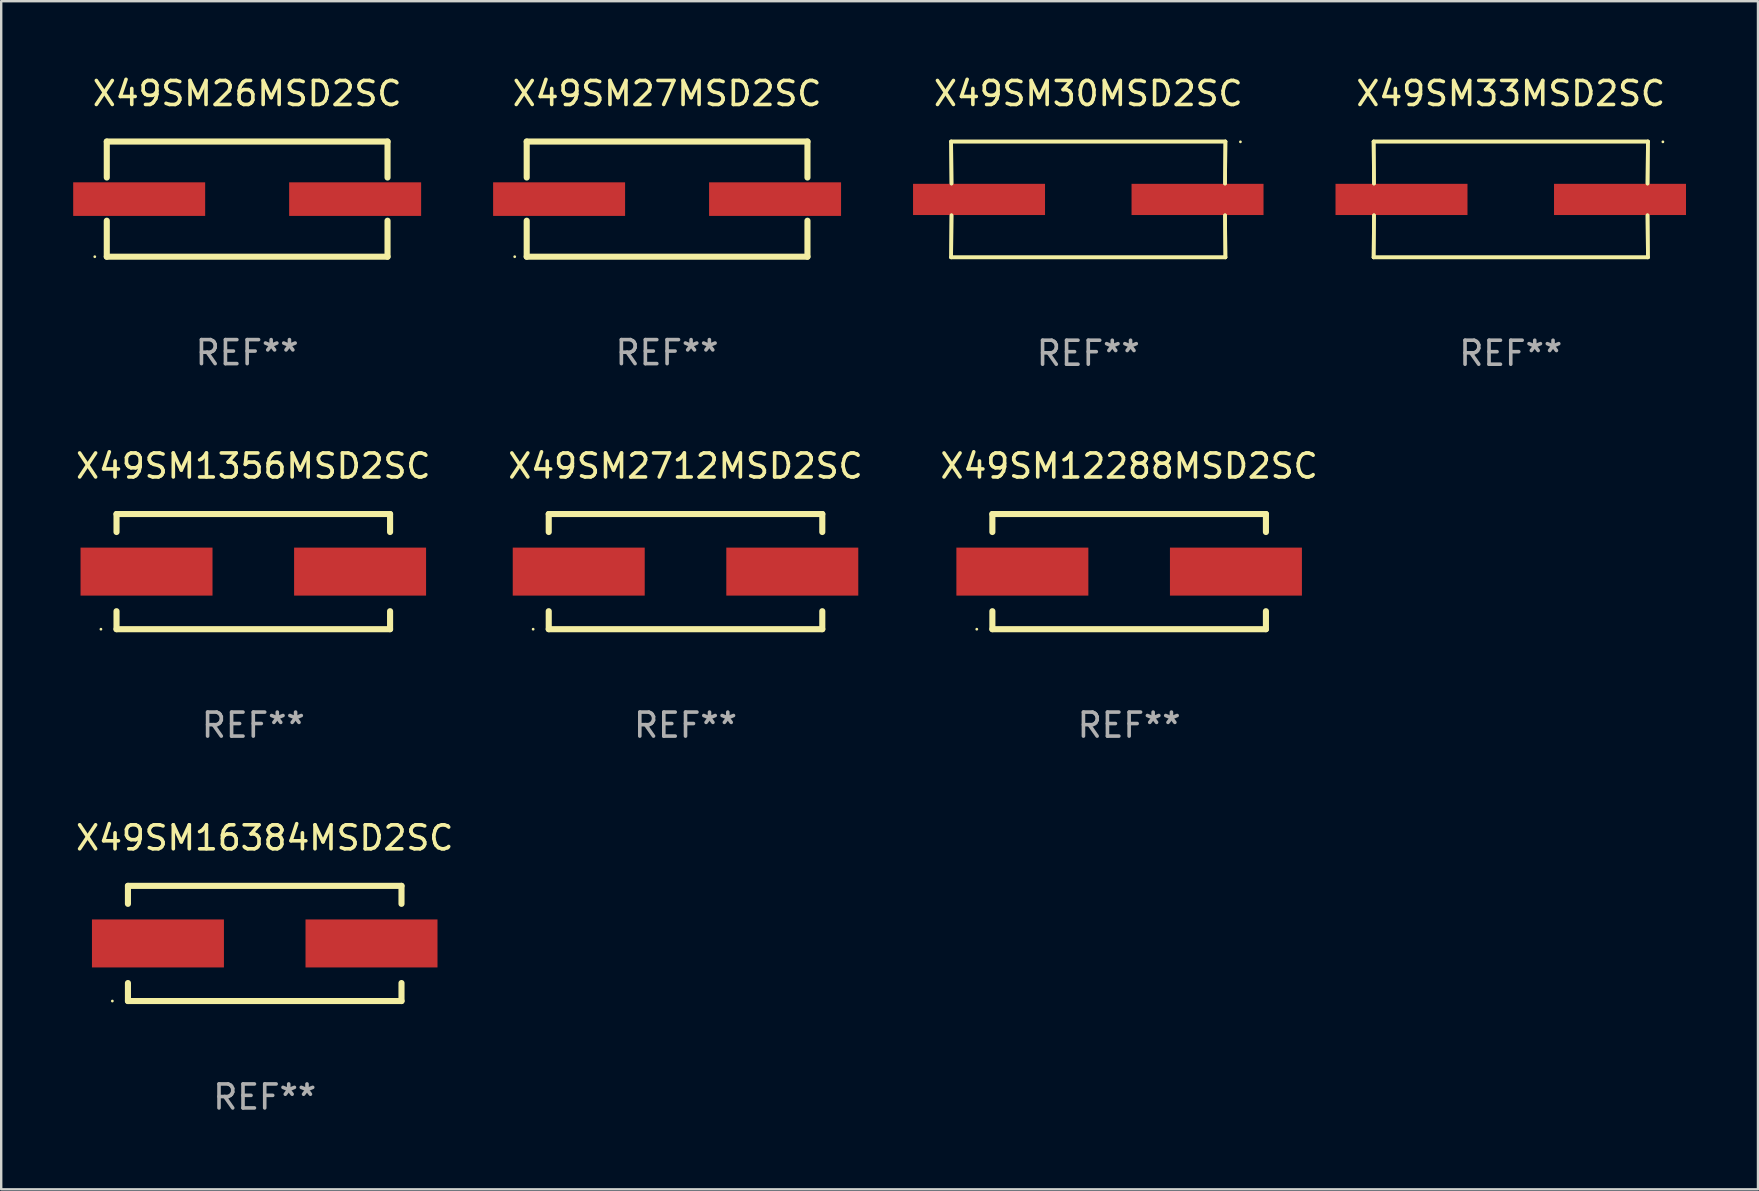
<source format=kicad_pcb>
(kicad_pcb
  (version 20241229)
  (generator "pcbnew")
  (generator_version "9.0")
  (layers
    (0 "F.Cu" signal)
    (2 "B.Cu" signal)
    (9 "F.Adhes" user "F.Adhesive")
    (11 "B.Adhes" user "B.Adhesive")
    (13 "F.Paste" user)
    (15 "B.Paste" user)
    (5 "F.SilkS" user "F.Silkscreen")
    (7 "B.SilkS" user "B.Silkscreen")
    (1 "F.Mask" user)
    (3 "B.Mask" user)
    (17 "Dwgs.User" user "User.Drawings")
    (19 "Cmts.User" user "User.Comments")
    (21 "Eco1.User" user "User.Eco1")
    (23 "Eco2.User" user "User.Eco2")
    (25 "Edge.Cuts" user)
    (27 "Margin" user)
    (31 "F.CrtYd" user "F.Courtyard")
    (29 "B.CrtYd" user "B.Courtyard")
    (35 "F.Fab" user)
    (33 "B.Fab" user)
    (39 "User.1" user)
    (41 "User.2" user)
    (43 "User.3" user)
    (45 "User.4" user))
  (footprint "X49SM1356MSD2SC"
    (layer "F.Cu")
    (at 7.506 20.771)
    (property "Reference" "X49SM1356MSD2SC" (at 0 -4.4 0) (layer "F.SilkS") (effects (font (size 1 1) (thickness 0.15))))
    (attr through_hole)
    (fp_line (start -5.7 -2.4) (end -5.7 -1.65) (stroke (width 0.254) (type solid)) (layer "F.SilkS"))
    (fp_line (start -5.7 2.4) (end -5.7 1.65) (stroke (width 0.254) (type solid)) (layer "F.SilkS"))
    (fp_line (start 5.7 -2.4) (end -5.7 -2.4) (stroke (width 0.254) (type solid)) (layer "F.SilkS"))
    (fp_line (start 5.7 -1.65) (end 5.7 -2.4) (stroke (width 0.254) (type solid)) (layer "F.SilkS"))
    (fp_line (start 5.7 1.65) (end 5.7 2.4) (stroke (width 0.254) (type solid)) (layer "F.SilkS"))
    (fp_line (start 5.7 2.4) (end -5.7 2.4) (stroke (width 0.254) (type solid)) (layer "F.SilkS"))
    (fp_circle (center -6.35 2.4) (end -6.32 2.4) (stroke (width 0.06) (type solid)) (fill no) (layer "F.SilkS"))
    (fp_text user "REF**" (at 0 6.4 0) (layer "F.Fab") (effects (font (size 1 1) (thickness 0.15))))
    (pad "1" smd rect (at -4.45 0.000064) (size 5.5 2) (layers "F.Cu" "F.Mask" "F.Paste"))
    (pad "2" smd rect (at 4.45 0.000064) (size 5.5 2) (layers "F.Cu" "F.Mask" "F.Paste")))
  (footprint "X49SM33MSD2SC"
    (layer "F.Cu")
    (at 59.909 5.261)
    (property "Reference" "X49SM33MSD2SC" (at 0 -4.413 0) (layer "F.SilkS") (effects (font (size 1 1) (thickness 0.15))))
    (attr through_hole)
    (fp_line (start -5.715 -2.413) (end -5.7 -0.662) (stroke (width 0.152) (type solid)) (layer "F.SilkS"))
    (fp_line (start -5.715 -2.413) (end -5.7 -0.662) (stroke (width 0.152) (type solid)) (layer "F.SilkS"))
    (fp_line (start -5.715 2.413) (end 5.715 2.413) (stroke (width 0.152) (type solid)) (layer "F.SilkS"))
    (fp_line (start -5.715 2.413) (end 5.715 2.413) (stroke (width 0.152) (type solid)) (layer "F.SilkS"))
    (fp_line (start -5.7 0.662) (end -5.715 2.413) (stroke (width 0.152) (type solid)) (layer "F.SilkS"))
    (fp_line (start -5.7 0.662) (end -5.715 2.413) (stroke (width 0.152) (type solid)) (layer "F.SilkS"))
    (fp_line (start 5.7 -0.662) (end 5.715 -2.413) (stroke (width 0.152) (type solid)) (layer "F.SilkS"))
    (fp_line (start 5.7 -0.662) (end 5.715 -2.413) (stroke (width 0.152) (type solid)) (layer "F.SilkS"))
    (fp_line (start 5.715 -2.413) (end -5.715 -2.413) (stroke (width 0.152) (type solid)) (layer "F.SilkS"))
    (fp_line (start 5.715 -2.413) (end -5.715 -2.413) (stroke (width 0.152) (type solid)) (layer "F.SilkS"))
    (fp_line (start 5.715 2.413) (end 5.7 0.662) (stroke (width 0.152) (type solid)) (layer "F.SilkS"))
    (fp_line (start 5.715 2.413) (end 5.7 0.662) (stroke (width 0.152) (type solid)) (layer "F.SilkS"))
    (fp_circle (center 6.34 -2.4) (end 6.37 -2.4) (stroke (width 0.06) (type solid)) (fill no) (layer "F.SilkS"))
    (fp_text user "REF**" (at 0 6.413 0) (layer "F.Fab") (effects (font (size 1 1) (thickness 0.15))))
    (pad "1" smd rect (at 4.553 0) (size 5.5 1.3) (layers "F.Cu" "F.Mask" "F.Paste"))
    (pad "2" smd rect (at -4.553 0) (size 5.5 1.3) (layers "F.Cu" "F.Mask" "F.Paste")))
  (footprint "X49SM26MSD2SC"
    (layer "F.Cu")
    (at 7.25 5.248)
    (property "Reference" "X49SM26MSD2SC" (at 0 -4.4 0) (layer "F.SilkS") (effects (font (size 1 1) (thickness 0.15))))
    (attr through_hole)
    (fp_line (start -5.85 -2.4) (end 5.85 -2.4) (stroke (width 0.254) (type solid)) (layer "F.SilkS"))
    (fp_line (start -5.85 -2.4) (end -5.85 -0.9) (stroke (width 0.254) (type solid)) (layer "F.SilkS"))
    (fp_line (start -5.85 2.4) (end 5.85 2.4) (stroke (width 0.254) (type solid)) (layer "F.SilkS"))
    (fp_line (start -5.85 0.9) (end -5.85 2.4) (stroke (width 0.254) (type solid)) (layer "F.SilkS"))
    (fp_line (start 5.85 -2.4) (end 5.85 -0.9) (stroke (width 0.254) (type solid)) (layer "F.SilkS"))
    (fp_line (start 5.85 0.9) (end 5.85 2.4) (stroke (width 0.254) (type solid)) (layer "F.SilkS"))
    (fp_circle (center -6.35 2.4) (end -6.32 2.4) (stroke (width 0.06) (type solid)) (fill no) (layer "F.SilkS"))
    (fp_text user "REF**" (at 0 6.4 0) (layer "F.Fab") (effects (font (size 1 1) (thickness 0.15))))
    (pad "1" smd rect (at -4.5 -0.000025) (size 5.5 1.4) (layers "F.Cu" "F.Mask" "F.Paste"))
    (pad "2" smd rect (at 4.5 -0.000025) (size 5.5 1.4) (layers "F.Cu" "F.Mask" "F.Paste")))
  (footprint "X49SM12288MSD2SC"
    (layer "F.Cu")
    (at 44.006 20.771)
    (property "Reference" "X49SM12288MSD2SC" (at 0 -4.4 0) (layer "F.SilkS") (effects (font (size 1 1) (thickness 0.15))))
    (attr through_hole)
    (fp_line (start -5.7 -2.4) (end -5.7 -1.65) (stroke (width 0.254) (type solid)) (layer "F.SilkS"))
    (fp_line (start -5.7 2.4) (end -5.7 1.65) (stroke (width 0.254) (type solid)) (layer "F.SilkS"))
    (fp_line (start 5.7 -2.4) (end -5.7 -2.4) (stroke (width 0.254) (type solid)) (layer "F.SilkS"))
    (fp_line (start 5.7 -1.65) (end 5.7 -2.4) (stroke (width 0.254) (type solid)) (layer "F.SilkS"))
    (fp_line (start 5.7 1.65) (end 5.7 2.4) (stroke (width 0.254) (type solid)) (layer "F.SilkS"))
    (fp_line (start 5.7 2.4) (end -5.7 2.4) (stroke (width 0.254) (type solid)) (layer "F.SilkS"))
    (fp_circle (center -6.35 2.4) (end -6.32 2.4) (stroke (width 0.06) (type solid)) (fill no) (layer "F.SilkS"))
    (fp_text user "REF**" (at 0 6.4 0) (layer "F.Fab") (effects (font (size 1 1) (thickness 0.15))))
    (pad "1" smd rect (at -4.45 0.000064) (size 5.5 2) (layers "F.Cu" "F.Mask" "F.Paste"))
    (pad "2" smd rect (at 4.45 0.000064) (size 5.5 2) (layers "F.Cu" "F.Mask" "F.Paste")))
  (footprint "X49SM2712MSD2SC"
    (layer "F.Cu")
    (at 25.518 20.771)
    (property "Reference" "X49SM2712MSD2SC" (at 0 -4.4 0) (layer "F.SilkS") (effects (font (size 1 1) (thickness 0.15))))
    (attr through_hole)
    (fp_line (start -5.7 -2.4) (end -5.7 -1.65) (stroke (width 0.254) (type solid)) (layer "F.SilkS"))
    (fp_line (start -5.7 2.4) (end -5.7 1.65) (stroke (width 0.254) (type solid)) (layer "F.SilkS"))
    (fp_line (start 5.7 -2.4) (end -5.7 -2.4) (stroke (width 0.254) (type solid)) (layer "F.SilkS"))
    (fp_line (start 5.7 -1.65) (end 5.7 -2.4) (stroke (width 0.254) (type solid)) (layer "F.SilkS"))
    (fp_line (start 5.7 1.65) (end 5.7 2.4) (stroke (width 0.254) (type solid)) (layer "F.SilkS"))
    (fp_line (start 5.7 2.4) (end -5.7 2.4) (stroke (width 0.254) (type solid)) (layer "F.SilkS"))
    (fp_circle (center -6.35 2.4) (end -6.32 2.4) (stroke (width 0.06) (type solid)) (fill no) (layer "F.SilkS"))
    (fp_text user "REF**" (at 0 6.4 0) (layer "F.Fab") (effects (font (size 1 1) (thickness 0.15))))
    (pad "1" smd rect (at -4.45 0.000064) (size 5.5 2) (layers "F.Cu" "F.Mask" "F.Paste"))
    (pad "2" smd rect (at 4.45 0.000064) (size 5.5 2) (layers "F.Cu" "F.Mask" "F.Paste")))
  (footprint "X49SM16384MSD2SC"
    (layer "F.Cu")
    (at 7.982 36.267)
    (property "Reference" "X49SM16384MSD2SC" (at 0 -4.4 0) (layer "F.SilkS") (effects (font (size 1 1) (thickness 0.15))))
    (attr through_hole)
    (fp_line (start -5.7 -2.4) (end -5.7 -1.65) (stroke (width 0.254) (type solid)) (layer "F.SilkS"))
    (fp_line (start -5.7 2.4) (end -5.7 1.65) (stroke (width 0.254) (type solid)) (layer "F.SilkS"))
    (fp_line (start 5.7 -2.4) (end -5.7 -2.4) (stroke (width 0.254) (type solid)) (layer "F.SilkS"))
    (fp_line (start 5.7 -1.65) (end 5.7 -2.4) (stroke (width 0.254) (type solid)) (layer "F.SilkS"))
    (fp_line (start 5.7 1.65) (end 5.7 2.4) (stroke (width 0.254) (type solid)) (layer "F.SilkS"))
    (fp_line (start 5.7 2.4) (end -5.7 2.4) (stroke (width 0.254) (type solid)) (layer "F.SilkS"))
    (fp_circle (center -6.35 2.4) (end -6.32 2.4) (stroke (width 0.06) (type solid)) (fill no) (layer "F.SilkS"))
    (fp_text user "REF**" (at 0 6.4 0) (layer "F.Fab") (effects (font (size 1 1) (thickness 0.15))))
    (pad "1" smd rect (at -4.45 0.000064) (size 5.5 2) (layers "F.Cu" "F.Mask" "F.Paste"))
    (pad "2" smd rect (at 4.45 0.000064) (size 5.5 2) (layers "F.Cu" "F.Mask" "F.Paste")))
  (footprint "X49SM27MSD2SC"
    (layer "F.Cu")
    (at 24.75 5.248)
    (property "Reference" "X49SM27MSD2SC" (at 0 -4.4 0) (layer "F.SilkS") (effects (font (size 1 1) (thickness 0.15))))
    (attr through_hole)
    (fp_line (start -5.85 -2.4) (end 5.85 -2.4) (stroke (width 0.254) (type solid)) (layer "F.SilkS"))
    (fp_line (start -5.85 -2.4) (end -5.85 -0.9) (stroke (width 0.254) (type solid)) (layer "F.SilkS"))
    (fp_line (start -5.85 2.4) (end 5.85 2.4) (stroke (width 0.254) (type solid)) (layer "F.SilkS"))
    (fp_line (start -5.85 0.9) (end -5.85 2.4) (stroke (width 0.254) (type solid)) (layer "F.SilkS"))
    (fp_line (start 5.85 -2.4) (end 5.85 -0.9) (stroke (width 0.254) (type solid)) (layer "F.SilkS"))
    (fp_line (start 5.85 0.9) (end 5.85 2.4) (stroke (width 0.254) (type solid)) (layer "F.SilkS"))
    (fp_circle (center -6.35 2.4) (end -6.32 2.4) (stroke (width 0.06) (type solid)) (fill no) (layer "F.SilkS"))
    (fp_text user "REF**" (at 0 6.4 0) (layer "F.Fab") (effects (font (size 1 1) (thickness 0.15))))
    (pad "1" smd rect (at -4.5 -0.000025) (size 5.5 1.4) (layers "F.Cu" "F.Mask" "F.Paste"))
    (pad "2" smd rect (at 4.5 -0.000025) (size 5.5 1.4) (layers "F.Cu" "F.Mask" "F.Paste")))
  (footprint "X49SM30MSD2SC"
    (layer "F.Cu")
    (at 42.303 5.261)
    (property "Reference" "X49SM30MSD2SC" (at 0 -4.413 0) (layer "F.SilkS") (effects (font (size 1 1) (thickness 0.15))))
    (attr through_hole)
    (fp_line (start -5.715 -2.413) (end -5.7 -0.662) (stroke (width 0.152) (type solid)) (layer "F.SilkS"))
    (fp_line (start -5.715 -2.413) (end -5.7 -0.662) (stroke (width 0.152) (type solid)) (layer "F.SilkS"))
    (fp_line (start -5.715 2.413) (end 5.715 2.413) (stroke (width 0.152) (type solid)) (layer "F.SilkS"))
    (fp_line (start -5.715 2.413) (end 5.715 2.413) (stroke (width 0.152) (type solid)) (layer "F.SilkS"))
    (fp_line (start -5.7 0.662) (end -5.715 2.413) (stroke (width 0.152) (type solid)) (layer "F.SilkS"))
    (fp_line (start -5.7 0.662) (end -5.715 2.413) (stroke (width 0.152) (type solid)) (layer "F.SilkS"))
    (fp_line (start 5.7 -0.662) (end 5.715 -2.413) (stroke (width 0.152) (type solid)) (layer "F.SilkS"))
    (fp_line (start 5.7 -0.662) (end 5.715 -2.413) (stroke (width 0.152) (type solid)) (layer "F.SilkS"))
    (fp_line (start 5.715 -2.413) (end -5.715 -2.413) (stroke (width 0.152) (type solid)) (layer "F.SilkS"))
    (fp_line (start 5.715 -2.413) (end -5.715 -2.413) (stroke (width 0.152) (type solid)) (layer "F.SilkS"))
    (fp_line (start 5.715 2.413) (end 5.7 0.662) (stroke (width 0.152) (type solid)) (layer "F.SilkS"))
    (fp_line (start 5.715 2.413) (end 5.7 0.662) (stroke (width 0.152) (type solid)) (layer "F.SilkS"))
    (fp_circle (center 6.34 -2.4) (end 6.37 -2.4) (stroke (width 0.06) (type solid)) (fill no) (layer "F.SilkS"))
    (fp_text user "REF**" (at 0 6.413 0) (layer "F.Fab") (effects (font (size 1 1) (thickness 0.15))))
    (pad "1" smd rect (at 4.553 0) (size 5.5 1.3) (layers "F.Cu" "F.Mask" "F.Paste"))
    (pad "2" smd rect (at -4.553 0) (size 5.5 1.3) (layers "F.Cu" "F.Mask" "F.Paste")))
  (gr_rect
    (start -3 -3)
    (end 70.212 46.515)
    (stroke (width 0.1) (type default))
    (fill no)
    (layer "Edge.Cuts")))
</source>
